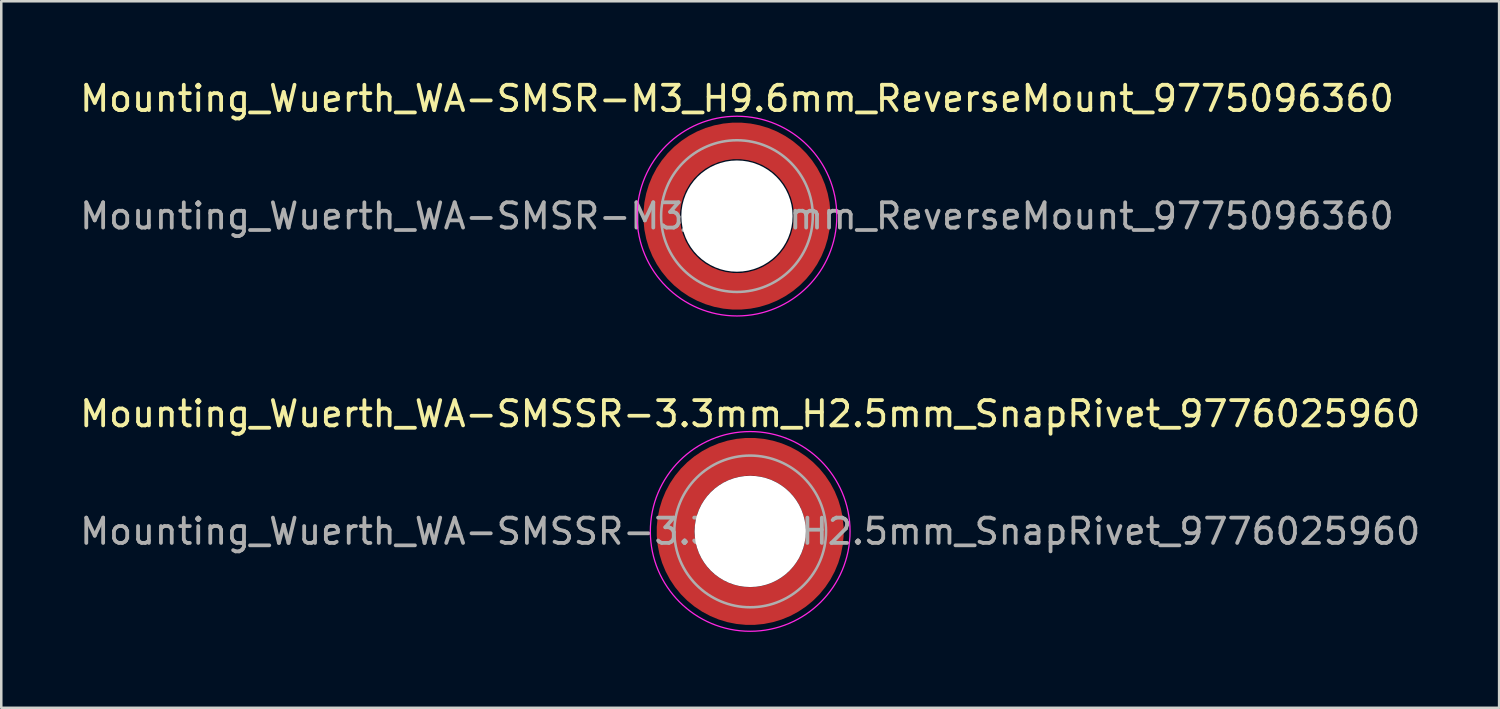
<source format=kicad_pcb>
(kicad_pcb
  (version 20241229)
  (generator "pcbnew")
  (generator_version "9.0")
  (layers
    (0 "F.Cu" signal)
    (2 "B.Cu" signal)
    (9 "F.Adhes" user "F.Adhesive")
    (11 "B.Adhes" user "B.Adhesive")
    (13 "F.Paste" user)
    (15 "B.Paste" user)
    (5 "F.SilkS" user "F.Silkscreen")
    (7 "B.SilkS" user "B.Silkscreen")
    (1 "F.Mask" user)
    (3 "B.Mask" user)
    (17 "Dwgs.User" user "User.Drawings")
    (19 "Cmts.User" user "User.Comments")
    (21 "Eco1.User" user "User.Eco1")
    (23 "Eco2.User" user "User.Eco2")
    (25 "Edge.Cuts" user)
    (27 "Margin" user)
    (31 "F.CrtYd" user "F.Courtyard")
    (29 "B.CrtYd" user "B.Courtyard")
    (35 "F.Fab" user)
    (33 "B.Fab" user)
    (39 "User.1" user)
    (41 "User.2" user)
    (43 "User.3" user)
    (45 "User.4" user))
  (footprint "Mounting_Wuerth_WA-SMSSR-3.3mm_H2.5mm_SnapRivet_9776025960"
    (layer "F.Cu")
    (at 26.625 17.971)
    (property "Reference" "Mounting_Wuerth_WA-SMSSR-3.3mm_H2.5mm_SnapRivet_9776025960" (at 0 -4.65 0) (layer "F.SilkS") (effects (font (size 1 1) (thickness 0.15))))
    (attr smd)
    (fp_circle (center 0 0) (end 3.95 0) (stroke (width 0.05) (type solid)) (fill no) (layer "F.CrtYd"))
    (fp_circle (center 0 0) (end 3 0) (stroke (width 0.1) (type solid)) (fill no) (layer "F.Fab"))
    (fp_text user "${REFERENCE}" (at 0 0 0) (layer "F.Fab") (effects (font (size 1 1) (thickness 0.15))))
    (pad "" smd custom (at -2.077 -2.077) (size 0.995 0.995) (layers "F.Paste") (options (anchor circle)) (primitives (gr_arc (start -0.208831 1.577126) (mid 0.422144 0.422848) (end 1.576154 -0.208618) (width 0.2)) (gr_arc (start -0.310669 1.577126) (mid 0.35138 0.352781) (end 1.575188 -0.310262) (width 0.2)) (gr_arc (start -0.412325 1.577126) (mid 0.280305 0.283024) (end 1.573357 -0.411565) (width 0.2)) (gr_arc (start -0.51382 1.577126) (mid 0.210358 0.212139) (end 1.574653 -0.513342) (width 0.2)) (gr_arc (start -0.615172 1.577126) (mid 0.139846 0.141818) (end 1.574384 -0.614661) (width 0.2)) (gr_arc (start -0.716397 1.577126) (mid 0.070334 0.070498) (end 1.576898 -0.716356) (width 0.2)) (gr_arc (start -0.817508 1.577126) (mid -0.001805 0.001806) (end 1.572094 -0.816634) (width 0.2)) (gr_arc (start -0.918517 1.577126) (mid -0.071322 -0.06951) (end 1.574599 -0.918094) (width 0.2)) (gr_arc (start -1.019433 1.577126) (mid -0.141902 -0.139762) (end 1.574138 -1.018949) (width 0.2)) (gr_arc (start -1.120266 1.577126) (mid -0.211736 -0.210761) (end 1.575763 -1.120053) (width 0.2)) (gr_arc (start -1.221022 1.577126) (mid -0.282882 -0.280446) (end 1.57372 -1.220504) (width 0.2)) (gr_arc (start -1.32171 1.577126) (mid -0.353407 -0.350753) (end 1.573414 -1.321162) (width 0.2)) (gr_arc (start -1.422335 1.577126) (mid -0.423311 -0.421682) (end 1.574846 -1.422009) (width 0.2)) (gr_line (start 1.577 -0.209) (end 1.577 -1.422) (width 0.2)) (gr_line (start -0.209 1.577) (end -1.422 1.577) (width 0.2))))
    (pad "" smd custom (at -2.077 2.077) (size 0.995 0.995) (layers "F.Paste") (options (anchor circle)) (primitives (gr_arc (start 1.577126 0.208831) (mid 0.422848 -0.422144) (end -0.208618 -1.576154) (width 0.2)) (gr_arc (start 1.577126 0.310669) (mid 0.352781 -0.35138) (end -0.310262 -1.575188) (width 0.2)) (gr_arc (start 1.577126 0.412325) (mid 0.283024 -0.280305) (end -0.411565 -1.573357) (width 0.2)) (gr_arc (start 1.577126 0.51382) (mid 0.212139 -0.210358) (end -0.513342 -1.574653) (width 0.2)) (gr_arc (start 1.577126 0.615172) (mid 0.141818 -0.139846) (end -0.614661 -1.574384) (width 0.2)) (gr_arc (start 1.577126 0.716397) (mid 0.070498 -0.070334) (end -0.716356 -1.576898) (width 0.2)) (gr_arc (start 1.577126 0.817508) (mid 0.001806 0.001805) (end -0.816634 -1.572094) (width 0.2)) (gr_arc (start 1.577126 0.918517) (mid -0.06951 0.071322) (end -0.918094 -1.574599) (width 0.2)) (gr_arc (start 1.577126 1.019433) (mid -0.139762 0.141902) (end -1.018949 -1.574138) (width 0.2)) (gr_arc (start 1.577126 1.120266) (mid -0.210761 0.211736) (end -1.120053 -1.575763) (width 0.2)) (gr_arc (start 1.577126 1.221022) (mid -0.280446 0.282882) (end -1.220504 -1.57372) (width 0.2)) (gr_arc (start 1.577126 1.32171) (mid -0.350753 0.353407) (end -1.321162 -1.573414) (width 0.2)) (gr_arc (start 1.577126 1.422335) (mid -0.421682 0.423311) (end -1.422009 -1.574846) (width 0.2)) (gr_line (start -0.209 -1.577) (end -1.422 -1.577) (width 0.2)) (gr_line (start 1.577 0.209) (end 1.577 1.422) (width 0.2))))
    (pad "" np_thru_hole circle (at 0 0) (size 4.4 4.4) (drill 4.4) (layers "*.Cu" "*.Mask"))
    (pad "" smd custom (at 2.077 -2.077) (size 0.995 0.995) (layers "F.Paste") (options (anchor circle)) (primitives (gr_arc (start -1.577126 -0.208831) (mid -0.422848 0.422144) (end 0.208618 1.576154) (width 0.2)) (gr_arc (start -1.577126 -0.310669) (mid -0.352781 0.35138) (end 0.310262 1.575188) (width 0.2)) (gr_arc (start -1.577126 -0.412325) (mid -0.283024 0.280305) (end 0.411565 1.573357) (width 0.2)) (gr_arc (start -1.577126 -0.51382) (mid -0.212139 0.210358) (end 0.513342 1.574653) (width 0.2)) (gr_arc (start -1.577126 -0.615172) (mid -0.141818 0.139846) (end 0.614661 1.574384) (width 0.2)) (gr_arc (start -1.577126 -0.716397) (mid -0.070498 0.070334) (end 0.716356 1.576898) (width 0.2)) (gr_arc (start -1.577126 -0.817508) (mid -0.001806 -0.001805) (end 0.816634 1.572094) (width 0.2)) (gr_arc (start -1.577126 -0.918517) (mid 0.06951 -0.071322) (end 0.918094 1.574599) (width 0.2)) (gr_arc (start -1.577126 -1.019433) (mid 0.139762 -0.141902) (end 1.018949 1.574138) (width 0.2)) (gr_arc (start -1.577126 -1.120266) (mid 0.210761 -0.211736) (end 1.120053 1.575763) (width 0.2)) (gr_arc (start -1.577126 -1.221022) (mid 0.280446 -0.282882) (end 1.220504 1.57372) (width 0.2)) (gr_arc (start -1.577126 -1.32171) (mid 0.350753 -0.353407) (end 1.321162 1.573414) (width 0.2)) (gr_arc (start -1.577126 -1.422335) (mid 0.421682 -0.423311) (end 1.422009 1.574846) (width 0.2)) (gr_line (start 0.209 1.577) (end 1.422 1.577) (width 0.2)) (gr_line (start -1.577 -0.209) (end -1.577 -1.422) (width 0.2))))
    (pad "" smd custom (at 2.077 2.077) (size 0.995 0.995) (layers "F.Paste") (options (anchor circle)) (primitives (gr_arc (start 0.208831 -1.577126) (mid -0.422144 -0.422848) (end -1.576154 0.208618) (width 0.2)) (gr_arc (start 0.310669 -1.577126) (mid -0.35138 -0.352781) (end -1.575188 0.310262) (width 0.2)) (gr_arc (start 0.412325 -1.577126) (mid -0.280305 -0.283024) (end -1.573357 0.411565) (width 0.2)) (gr_arc (start 0.51382 -1.577126) (mid -0.210358 -0.212139) (end -1.574653 0.513342) (width 0.2)) (gr_arc (start 0.615172 -1.577126) (mid -0.139846 -0.141818) (end -1.574384 0.614661) (width 0.2)) (gr_arc (start 0.716397 -1.577126) (mid -0.070334 -0.070498) (end -1.576898 0.716356) (width 0.2)) (gr_arc (start 0.817508 -1.577126) (mid 0.001805 -0.001806) (end -1.572094 0.816634) (width 0.2)) (gr_arc (start 0.918517 -1.577126) (mid 0.071322 0.06951) (end -1.574599 0.918094) (width 0.2)) (gr_arc (start 1.019433 -1.577126) (mid 0.141902 0.139762) (end -1.574138 1.018949) (width 0.2)) (gr_arc (start 1.120266 -1.577126) (mid 0.211736 0.210761) (end -1.575763 1.120053) (width 0.2)) (gr_arc (start 1.221022 -1.577126) (mid 0.282882 0.280446) (end -1.57372 1.220504) (width 0.2)) (gr_arc (start 1.32171 -1.577126) (mid 0.353407 0.350753) (end -1.573414 1.321162) (width 0.2)) (gr_arc (start 1.422335 -1.577126) (mid 0.423311 0.421682) (end -1.574846 1.422009) (width 0.2)) (gr_line (start -1.577 0.209) (end -1.577 1.422) (width 0.2)) (gr_line (start 0.209 -1.577) (end 1.422 -1.577) (width 0.2))))
    (pad "1" smd circle (at -2.95 0) (size 1.1 1.1) (layers "F.Cu"))
    (pad "1" smd circle (at 0 -2.95) (size 1.1 1.1) (layers "F.Cu"))
    (pad "1" smd circle (at 0 2.95) (size 1.1 1.1) (layers "F.Cu"))
    (pad "1" smd custom (at 2.95 0) (size 1.1 1.1) (layers "F.Cu" "F.Mask") (options (anchor circle)) (primitives (gr_circle (center -2.95 0) (end 0 0) (width 1.5) (fill no)))))
  (footprint "Mounting_Wuerth_WA-SMSR-M3_H9.6mm_ReverseMount_9775096360"
    (layer "F.Cu")
    (at 26.101 5.498)
    (property "Reference" "Mounting_Wuerth_WA-SMSR-M3_H9.6mm_ReverseMount_9775096360" (at 0 -4.65 0) (layer "F.SilkS") (effects (font (size 1 1) (thickness 0.15))))
    (attr smd)
    (fp_circle (center 0 0) (end 3.95 0) (stroke (width 0.05) (type solid)) (fill no) (layer "F.CrtYd"))
    (fp_circle (center 0 0) (end 3 0) (stroke (width 0.1) (type solid)) (fill no) (layer "F.Fab"))
    (fp_text user "${REFERENCE}" (at 0 0 0) (layer "F.Fab") (effects (font (size 1 1) (thickness 0.15))))
    (pad "" smd custom (at -2.095 -2.095) (size 0.945 0.945) (layers "F.Paste") (options (anchor circle)) (primitives (gr_arc (start -0.24231 1.594804) (mid 0.404104 0.405534) (end 1.592827 -0.241886) (width 0.2)) (gr_arc (start -0.3398 1.594804) (mid 0.335987 0.338711) (end 1.591031 -0.339022) (width 0.2)) (gr_arc (start -0.437132 1.594804) (mid 0.268952 0.270807) (end 1.592231 -0.436623) (width 0.2)) (gr_arc (start -0.534324 1.594804) (mid 0.201345 0.203474) (end 1.591846 -0.53376) (width 0.2)) (gr_arc (start -0.631391 1.594804) (mid 0.134696 0.135183) (end 1.594126 -0.631267) (width 0.2)) (gr_arc (start -0.728345 1.594804) (mid 0.067234 0.067705) (end 1.594149 -0.728229) (width 0.2)) (gr_arc (start -0.825197 1.594804) (mid -0.001218 0.001219) (end 1.591408 -0.824614) (width 0.2)) (gr_arc (start -0.921958 1.594804) (mid -0.068952 -0.065985) (end 1.590665 -0.921269) (width 0.2)) (gr_arc (start -1.018637 1.594804) (mid -0.135972 -0.133907) (end 1.59192 -1.018172) (width 0.2)) (gr_arc (start -1.115239 1.594804) (mid -0.20428 -0.200537) (end 1.589574 -1.11442) (width 0.2)) (gr_arc (start -1.211773 1.594804) (mid -0.26993 -0.269828) (end 1.594662 -1.211751) (width 0.2)) (gr_arc (start -1.308244 1.594804) (mid -0.33911 -0.335587) (end 1.589875 -1.307516) (width 0.2)) (gr_arc (start -1.404657 1.594804) (mid -0.405633 -0.404004) (end 1.592524 -1.404331) (width 0.2)) (gr_arc (start -1.404657 1.594804) (mid -0.405633 -0.404004) (end 1.592524 -1.404331) (width 0.2)) (gr_line (start 1.595 -0.242) (end 1.595 -1.405) (width 0.2)) (gr_line (start -0.242 1.595) (end -1.405 1.595) (width 0.2))))
    (pad "" smd custom (at -2.095 2.095) (size 0.945 0.945) (layers "F.Paste") (options (anchor circle)) (primitives (gr_arc (start 1.594804 0.24231) (mid 0.405534 -0.404104) (end -0.241886 -1.592827) (width 0.2)) (gr_arc (start 1.594804 0.3398) (mid 0.338711 -0.335987) (end -0.339022 -1.591031) (width 0.2)) (gr_arc (start 1.594804 0.437132) (mid 0.270807 -0.268952) (end -0.436623 -1.592231) (width 0.2)) (gr_arc (start 1.594804 0.534324) (mid 0.203474 -0.201345) (end -0.53376 -1.591846) (width 0.2)) (gr_arc (start 1.594804 0.631391) (mid 0.135183 -0.134696) (end -0.631267 -1.594126) (width 0.2)) (gr_arc (start 1.594804 0.728345) (mid 0.067705 -0.067234) (end -0.728229 -1.594149) (width 0.2)) (gr_arc (start 1.594804 0.825197) (mid 0.001219 0.001218) (end -0.824614 -1.591408) (width 0.2)) (gr_arc (start 1.594804 0.921958) (mid -0.065985 0.068952) (end -0.921269 -1.590665) (width 0.2)) (gr_arc (start 1.594804 1.018637) (mid -0.133907 0.135972) (end -1.018172 -1.59192) (width 0.2)) (gr_arc (start 1.594804 1.115239) (mid -0.200537 0.20428) (end -1.11442 -1.589574) (width 0.2)) (gr_arc (start 1.594804 1.211773) (mid -0.269828 0.26993) (end -1.211751 -1.594662) (width 0.2)) (gr_arc (start 1.594804 1.308244) (mid -0.335587 0.33911) (end -1.307516 -1.589875) (width 0.2)) (gr_arc (start 1.594804 1.404657) (mid -0.404004 0.405633) (end -1.404331 -1.592524) (width 0.2)) (gr_arc (start 1.594804 1.404657) (mid -0.404004 0.405633) (end -1.404331 -1.592524) (width 0.2)) (gr_line (start -0.242 -1.595) (end -1.405 -1.595) (width 0.2)) (gr_line (start 1.595 0.242) (end 1.595 1.405) (width 0.2))))
    (pad "" np_thru_hole circle (at 0 0) (size 4.4 4.4) (drill 4.4) (layers "*.Cu" "*.Mask"))
    (pad "" smd custom (at 2.095 -2.095) (size 0.945 0.945) (layers "F.Paste") (options (anchor circle)) (primitives (gr_arc (start -1.594804 -0.24231) (mid -0.405534 0.404104) (end 0.241886 1.592827) (width 0.2)) (gr_arc (start -1.594804 -0.3398) (mid -0.338711 0.335987) (end 0.339022 1.591031) (width 0.2)) (gr_arc (start -1.594804 -0.437132) (mid -0.270807 0.268952) (end 0.436623 1.592231) (width 0.2)) (gr_arc (start -1.594804 -0.534324) (mid -0.203474 0.201345) (end 0.53376 1.591846) (width 0.2)) (gr_arc (start -1.594804 -0.631391) (mid -0.135183 0.134696) (end 0.631267 1.594126) (width 0.2)) (gr_arc (start -1.594804 -0.728345) (mid -0.067705 0.067234) (end 0.728229 1.594149) (width 0.2)) (gr_arc (start -1.594804 -0.825197) (mid -0.001219 -0.001218) (end 0.824614 1.591408) (width 0.2)) (gr_arc (start -1.594804 -0.921958) (mid 0.065985 -0.068952) (end 0.921269 1.590665) (width 0.2)) (gr_arc (start -1.594804 -1.018637) (mid 0.133907 -0.135972) (end 1.018172 1.59192) (width 0.2)) (gr_arc (start -1.594804 -1.115239) (mid 0.200537 -0.20428) (end 1.11442 1.589574) (width 0.2)) (gr_arc (start -1.594804 -1.211773) (mid 0.269828 -0.26993) (end 1.211751 1.594662) (width 0.2)) (gr_arc (start -1.594804 -1.308244) (mid 0.335587 -0.33911) (end 1.307516 1.589875) (width 0.2)) (gr_arc (start -1.594804 -1.404657) (mid 0.404004 -0.405633) (end 1.404331 1.592524) (width 0.2)) (gr_arc (start -1.594804 -1.404657) (mid 0.404004 -0.405633) (end 1.404331 1.592524) (width 0.2)) (gr_line (start 0.242 1.595) (end 1.405 1.595) (width 0.2)) (gr_line (start -1.595 -0.242) (end -1.595 -1.405) (width 0.2))))
    (pad "" smd custom (at 2.095 2.095) (size 0.945 0.945) (layers "F.Paste") (options (anchor circle)) (primitives (gr_arc (start 0.24231 -1.594804) (mid -0.404104 -0.405534) (end -1.592827 0.241886) (width 0.2)) (gr_arc (start 0.3398 -1.594804) (mid -0.335987 -0.338711) (end -1.591031 0.339022) (width 0.2)) (gr_arc (start 0.437132 -1.594804) (mid -0.268952 -0.270807) (end -1.592231 0.436623) (width 0.2)) (gr_arc (start 0.534324 -1.594804) (mid -0.201345 -0.203474) (end -1.591846 0.53376) (width 0.2)) (gr_arc (start 0.631391 -1.594804) (mid -0.134696 -0.135183) (end -1.594126 0.631267) (width 0.2)) (gr_arc (start 0.728345 -1.594804) (mid -0.067234 -0.067705) (end -1.594149 0.728229) (width 0.2)) (gr_arc (start 0.825197 -1.594804) (mid 0.001218 -0.001219) (end -1.591408 0.824614) (width 0.2)) (gr_arc (start 0.921958 -1.594804) (mid 0.068952 0.065985) (end -1.590665 0.921269) (width 0.2)) (gr_arc (start 1.018637 -1.594804) (mid 0.135972 0.133907) (end -1.59192 1.018172) (width 0.2)) (gr_arc (start 1.115239 -1.594804) (mid 0.20428 0.200537) (end -1.589574 1.11442) (width 0.2)) (gr_arc (start 1.211773 -1.594804) (mid 0.26993 0.269828) (end -1.594662 1.211751) (width 0.2)) (gr_arc (start 1.308244 -1.594804) (mid 0.33911 0.335587) (end -1.589875 1.307516) (width 0.2)) (gr_arc (start 1.404657 -1.594804) (mid 0.405633 0.404004) (end -1.592524 1.404331) (width 0.2)) (gr_arc (start 1.404657 -1.594804) (mid 0.405633 0.404004) (end -1.592524 1.404331) (width 0.2)) (gr_line (start -1.595 0.242) (end -1.595 1.405) (width 0.2)) (gr_line (start 0.242 -1.595) (end 1.405 -1.595) (width 0.2))))
    (pad "1" smd circle (at -2.975 0) (size 1.05 1.05) (layers "F.Cu"))
    (pad "1" smd circle (at 0 -2.975) (size 1.05 1.05) (layers "F.Cu"))
    (pad "1" smd circle (at 0 2.975) (size 1.05 1.05) (layers "F.Cu"))
    (pad "1" smd custom (at 2.975 0) (size 1.05 1.05) (layers "F.Cu" "F.Mask") (options (anchor circle)) (primitives (gr_circle (center -2.975 0) (end 0 0) (width 1.45) (fill no)))))
  (gr_rect
    (start -3 -3)
    (end 56.25 24.947)
    (stroke (width 0.1) (type default))
    (fill no)
    (layer "Edge.Cuts")))
</source>
